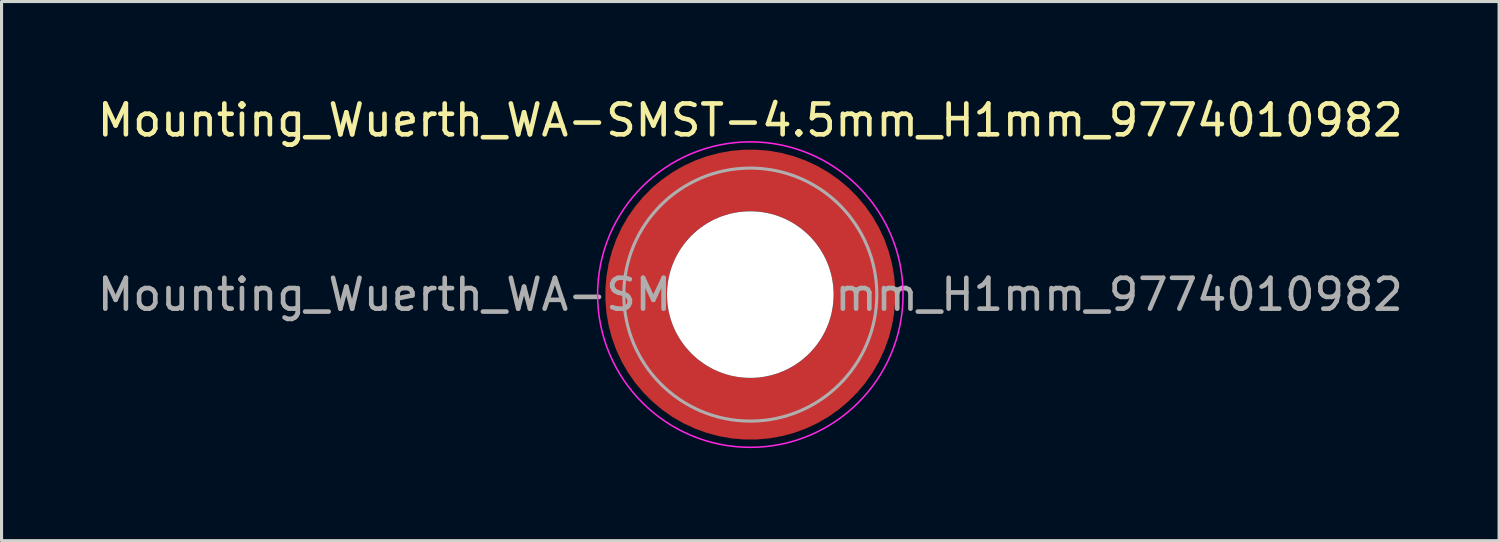
<source format=kicad_pcb>
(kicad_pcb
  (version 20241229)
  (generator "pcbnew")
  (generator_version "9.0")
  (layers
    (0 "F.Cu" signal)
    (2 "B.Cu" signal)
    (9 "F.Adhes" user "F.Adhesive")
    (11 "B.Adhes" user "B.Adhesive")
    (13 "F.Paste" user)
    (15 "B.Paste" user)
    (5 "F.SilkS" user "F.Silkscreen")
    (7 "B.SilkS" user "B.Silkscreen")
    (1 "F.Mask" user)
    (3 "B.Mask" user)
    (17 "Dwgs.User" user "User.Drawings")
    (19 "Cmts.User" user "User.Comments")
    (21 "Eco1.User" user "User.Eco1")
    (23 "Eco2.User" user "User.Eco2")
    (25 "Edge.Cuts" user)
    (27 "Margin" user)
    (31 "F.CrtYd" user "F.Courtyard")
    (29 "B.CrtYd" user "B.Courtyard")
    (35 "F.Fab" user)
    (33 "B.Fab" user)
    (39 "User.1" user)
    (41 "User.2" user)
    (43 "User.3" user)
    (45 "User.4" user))
  (footprint "Mounting_Wuerth_WA-SMST-4.5mm_H1mm_9774010982"
    (layer "F.Cu")
    (at 21.268 6.498)
    (property "Reference" "Mounting_Wuerth_WA-SMST-4.5mm_H1mm_9774010982" (at 0 -5.65 0) (layer "F.SilkS") (effects (font (size 1 1) (thickness 0.15))))
    (attr smd)
    (fp_circle (center 0 0) (end 4.95 0) (stroke (width 0.05) (type solid)) (fill no) (layer "F.CrtYd"))
    (fp_circle (center 0 0) (end 4.1 0) (stroke (width 0.1) (type solid)) (fill no) (layer "F.Fab"))
    (fp_text user "${REFERENCE}" (at 0 0 0) (layer "F.Fab") (effects (font (size 1 1) (thickness 0.15))))
    (pad "" smd custom (at -2.607 -2.607) (size 1.495 1.495) (layers "F.Paste") (options (anchor circle)) (primitives (gr_arc (start -0.188183 2.107456) (mid 0.598928 0.599619) (end 2.106494 -0.188011) (width 0.2)) (gr_arc (start -0.289416 2.107456) (mid 0.528508 0.529033) (end 2.106724 -0.28929) (width 0.2)) (gr_arc (start -0.390547 2.107456) (mid 0.457087 0.459449) (end 2.104161 -0.389996) (width 0.2)) (gr_arc (start -0.491585 2.107456) (mid 0.386415 0.389116) (end 2.103685 -0.490974) (width 0.2)) (gr_arc (start -0.59254 2.107456) (mid 0.31649 0.318035) (end 2.105297 -0.592202) (width 0.2)) (gr_arc (start -0.693419 2.107456) (mid 0.245252 0.248268) (end 2.103239 -0.692777) (width 0.2)) (gr_arc (start -0.794229 2.107456) (mid 0.174636 0.177878) (end 2.102921 -0.793559) (width 0.2)) (gr_arc (start -0.894975 2.107456) (mid 0.104643 0.106866) (end 2.104343 -0.894529) (width 0.2)) (gr_arc (start -0.995664 2.107456) (mid 0.033026 0.037479) (end 2.101219 -0.994793) (width 0.2)) (gr_arc (start -1.0963 2.107456) (mid -0.035789 -0.034714) (end 2.105949 -1.096096) (width 0.2)) (gr_arc (start -1.196886 2.107456) (mid -0.106351 -0.105157) (end 2.105783 -1.196666) (width 0.2)) (gr_arc (start -1.297427 2.107456) (mid -0.176416 -0.176097) (end 2.107009 -1.29737) (width 0.2)) (gr_arc (start -1.397927 2.107456) (mid -0.248476 -0.245042) (end 2.102638 -1.397323) (width 0.2)) (gr_arc (start -1.498388 2.107456) (mid -0.317612 -0.316913) (end 2.106475 -1.498268) (width 0.2)) (gr_arc (start -1.598813 2.107456) (mid -0.388865 -0.386665) (end 2.104366 -1.598444) (width 0.2)) (gr_arc (start -1.699204 2.107456) (mid -0.459747 -0.456787) (end 2.103299 -1.698719) (width 0.2)) (gr_arc (start -1.799565 2.107456) (mid -0.530257 -0.527283) (end 2.103277 -1.799089) (width 0.2)) (gr_arc (start -1.899896 2.107456) (mid -0.600396 -0.59815) (end 2.104299 -1.899545) (width 0.2)) (gr_arc (start -1.899896 2.107456) (mid -0.600396 -0.59815) (end 2.104299 -1.899545) (width 0.2)) (gr_line (start 2.107 -0.188) (end 2.107 -1.9) (width 0.2)) (gr_line (start -0.188 2.107) (end -1.9 2.107) (width 0.2))))
    (pad "" smd custom (at -2.607 2.607) (size 1.495 1.495) (layers "F.Paste") (options (anchor circle)) (primitives (gr_arc (start 2.107456 0.188183) (mid 0.599619 -0.598928) (end -0.188011 -2.106494) (width 0.2)) (gr_arc (start 2.107456 0.289416) (mid 0.529033 -0.528508) (end -0.28929 -2.106724) (width 0.2)) (gr_arc (start 2.107456 0.390547) (mid 0.459449 -0.457087) (end -0.389996 -2.104161) (width 0.2)) (gr_arc (start 2.107456 0.491585) (mid 0.389116 -0.386415) (end -0.490974 -2.103685) (width 0.2)) (gr_arc (start 2.107456 0.59254) (mid 0.318035 -0.31649) (end -0.592202 -2.105297) (width 0.2)) (gr_arc (start 2.107456 0.693419) (mid 0.248268 -0.245252) (end -0.692777 -2.103239) (width 0.2)) (gr_arc (start 2.107456 0.794229) (mid 0.177878 -0.174636) (end -0.793559 -2.102921) (width 0.2)) (gr_arc (start 2.107456 0.894975) (mid 0.106866 -0.104643) (end -0.894529 -2.104343) (width 0.2)) (gr_arc (start 2.107456 0.995664) (mid 0.037479 -0.033026) (end -0.994793 -2.101219) (width 0.2)) (gr_arc (start 2.107456 1.0963) (mid -0.034714 0.035789) (end -1.096096 -2.105949) (width 0.2)) (gr_arc (start 2.107456 1.196886) (mid -0.105157 0.106351) (end -1.196666 -2.105783) (width 0.2)) (gr_arc (start 2.107456 1.297427) (mid -0.176097 0.176416) (end -1.29737 -2.107009) (width 0.2)) (gr_arc (start 2.107456 1.397927) (mid -0.245042 0.248476) (end -1.397323 -2.102638) (width 0.2)) (gr_arc (start 2.107456 1.498388) (mid -0.316913 0.317612) (end -1.498268 -2.106475) (width 0.2)) (gr_arc (start 2.107456 1.598813) (mid -0.386665 0.388865) (end -1.598444 -2.104366) (width 0.2)) (gr_arc (start 2.107456 1.699204) (mid -0.456787 0.459747) (end -1.698719 -2.103299) (width 0.2)) (gr_arc (start 2.107456 1.799565) (mid -0.527283 0.530257) (end -1.799089 -2.103277) (width 0.2)) (gr_arc (start 2.107456 1.899896) (mid -0.59815 0.600396) (end -1.899545 -2.104299) (width 0.2)) (gr_arc (start 2.107456 1.899896) (mid -0.59815 0.600396) (end -1.899545 -2.104299) (width 0.2)) (gr_line (start -0.188 -2.107) (end -1.9 -2.107) (width 0.2)) (gr_line (start 2.107 0.188) (end 2.107 1.9) (width 0.2))))
    (pad "" np_thru_hole circle (at 0 0) (size 5.4 5.4) (drill 5.4) (layers "*.Cu" "*.Mask"))
    (pad "" smd custom (at 2.607 -2.607) (size 1.495 1.495) (layers "F.Paste") (options (anchor circle)) (primitives (gr_arc (start -2.107456 -0.188183) (mid -0.599619 0.598928) (end 0.188011 2.106494) (width 0.2)) (gr_arc (start -2.107456 -0.289416) (mid -0.529033 0.528508) (end 0.28929 2.106724) (width 0.2)) (gr_arc (start -2.107456 -0.390547) (mid -0.459449 0.457087) (end 0.389996 2.104161) (width 0.2)) (gr_arc (start -2.107456 -0.491585) (mid -0.389116 0.386415) (end 0.490974 2.103685) (width 0.2)) (gr_arc (start -2.107456 -0.59254) (mid -0.318035 0.31649) (end 0.592202 2.105297) (width 0.2)) (gr_arc (start -2.107456 -0.693419) (mid -0.248268 0.245252) (end 0.692777 2.103239) (width 0.2)) (gr_arc (start -2.107456 -0.794229) (mid -0.177878 0.174636) (end 0.793559 2.102921) (width 0.2)) (gr_arc (start -2.107456 -0.894975) (mid -0.106866 0.104643) (end 0.894529 2.104343) (width 0.2)) (gr_arc (start -2.107456 -0.995664) (mid -0.037479 0.033026) (end 0.994793 2.101219) (width 0.2)) (gr_arc (start -2.107456 -1.0963) (mid 0.034714 -0.035789) (end 1.096096 2.105949) (width 0.2)) (gr_arc (start -2.107456 -1.196886) (mid 0.105157 -0.106351) (end 1.196666 2.105783) (width 0.2)) (gr_arc (start -2.107456 -1.297427) (mid 0.176097 -0.176416) (end 1.29737 2.107009) (width 0.2)) (gr_arc (start -2.107456 -1.397927) (mid 0.245042 -0.248476) (end 1.397323 2.102638) (width 0.2)) (gr_arc (start -2.107456 -1.498388) (mid 0.316913 -0.317612) (end 1.498268 2.106475) (width 0.2)) (gr_arc (start -2.107456 -1.598813) (mid 0.386665 -0.388865) (end 1.598444 2.104366) (width 0.2)) (gr_arc (start -2.107456 -1.699204) (mid 0.456787 -0.459747) (end 1.698719 2.103299) (width 0.2)) (gr_arc (start -2.107456 -1.799565) (mid 0.527283 -0.530257) (end 1.799089 2.103277) (width 0.2)) (gr_arc (start -2.107456 -1.899896) (mid 0.59815 -0.600396) (end 1.899545 2.104299) (width 0.2)) (gr_arc (start -2.107456 -1.899896) (mid 0.59815 -0.600396) (end 1.899545 2.104299) (width 0.2)) (gr_line (start 0.188 2.107) (end 1.9 2.107) (width 0.2)) (gr_line (start -2.107 -0.188) (end -2.107 -1.9) (width 0.2))))
    (pad "" smd custom (at 2.607 2.607) (size 1.495 1.495) (layers "F.Paste") (options (anchor circle)) (primitives (gr_arc (start 0.188183 -2.107456) (mid -0.598928 -0.599619) (end -2.106494 0.188011) (width 0.2)) (gr_arc (start 0.289416 -2.107456) (mid -0.528508 -0.529033) (end -2.106724 0.28929) (width 0.2)) (gr_arc (start 0.390547 -2.107456) (mid -0.457087 -0.459449) (end -2.104161 0.389996) (width 0.2)) (gr_arc (start 0.491585 -2.107456) (mid -0.386415 -0.389116) (end -2.103685 0.490974) (width 0.2)) (gr_arc (start 0.59254 -2.107456) (mid -0.31649 -0.318035) (end -2.105297 0.592202) (width 0.2)) (gr_arc (start 0.693419 -2.107456) (mid -0.245252 -0.248268) (end -2.103239 0.692777) (width 0.2)) (gr_arc (start 0.794229 -2.107456) (mid -0.174636 -0.177878) (end -2.102921 0.793559) (width 0.2)) (gr_arc (start 0.894975 -2.107456) (mid -0.104643 -0.106866) (end -2.104343 0.894529) (width 0.2)) (gr_arc (start 0.995664 -2.107456) (mid -0.033026 -0.037479) (end -2.101219 0.994793) (width 0.2)) (gr_arc (start 1.0963 -2.107456) (mid 0.035789 0.034714) (end -2.105949 1.096096) (width 0.2)) (gr_arc (start 1.196886 -2.107456) (mid 0.106351 0.105157) (end -2.105783 1.196666) (width 0.2)) (gr_arc (start 1.297427 -2.107456) (mid 0.176416 0.176097) (end -2.107009 1.29737) (width 0.2)) (gr_arc (start 1.397927 -2.107456) (mid 0.248476 0.245042) (end -2.102638 1.397323) (width 0.2)) (gr_arc (start 1.498388 -2.107456) (mid 0.317612 0.316913) (end -2.106475 1.498268) (width 0.2)) (gr_arc (start 1.598813 -2.107456) (mid 0.388865 0.386665) (end -2.104366 1.598444) (width 0.2)) (gr_arc (start 1.699204 -2.107456) (mid 0.459747 0.456787) (end -2.103299 1.698719) (width 0.2)) (gr_arc (start 1.799565 -2.107456) (mid 0.530257 0.527283) (end -2.103277 1.799089) (width 0.2)) (gr_arc (start 1.899896 -2.107456) (mid 0.600396 0.59815) (end -2.104299 1.899545) (width 0.2)) (gr_arc (start 1.899896 -2.107456) (mid 0.600396 0.59815) (end -2.104299 1.899545) (width 0.2)) (gr_line (start -2.107 0.188) (end -2.107 1.9) (width 0.2)) (gr_line (start 0.188 -2.107) (end 1.9 -2.107) (width 0.2))))
    (pad "1" smd circle (at -3.7 0) (size 1.6 1.6) (layers "F.Cu"))
    (pad "1" smd circle (at 0 -3.7) (size 1.6 1.6) (layers "F.Cu"))
    (pad "1" smd circle (at 0 3.7) (size 1.6 1.6) (layers "F.Cu"))
    (pad "1" smd custom (at 3.7 0) (size 1.6 1.6) (layers "F.Cu" "F.Mask") (options (anchor circle)) (primitives (gr_circle (center -3.7 0) (end 0 0) (width 2) (fill no)))))
  (gr_rect
    (start -3 -3)
    (end 45.536 14.473)
    (stroke (width 0.1) (type default))
    (fill no)
    (layer "Edge.Cuts")))
</source>
